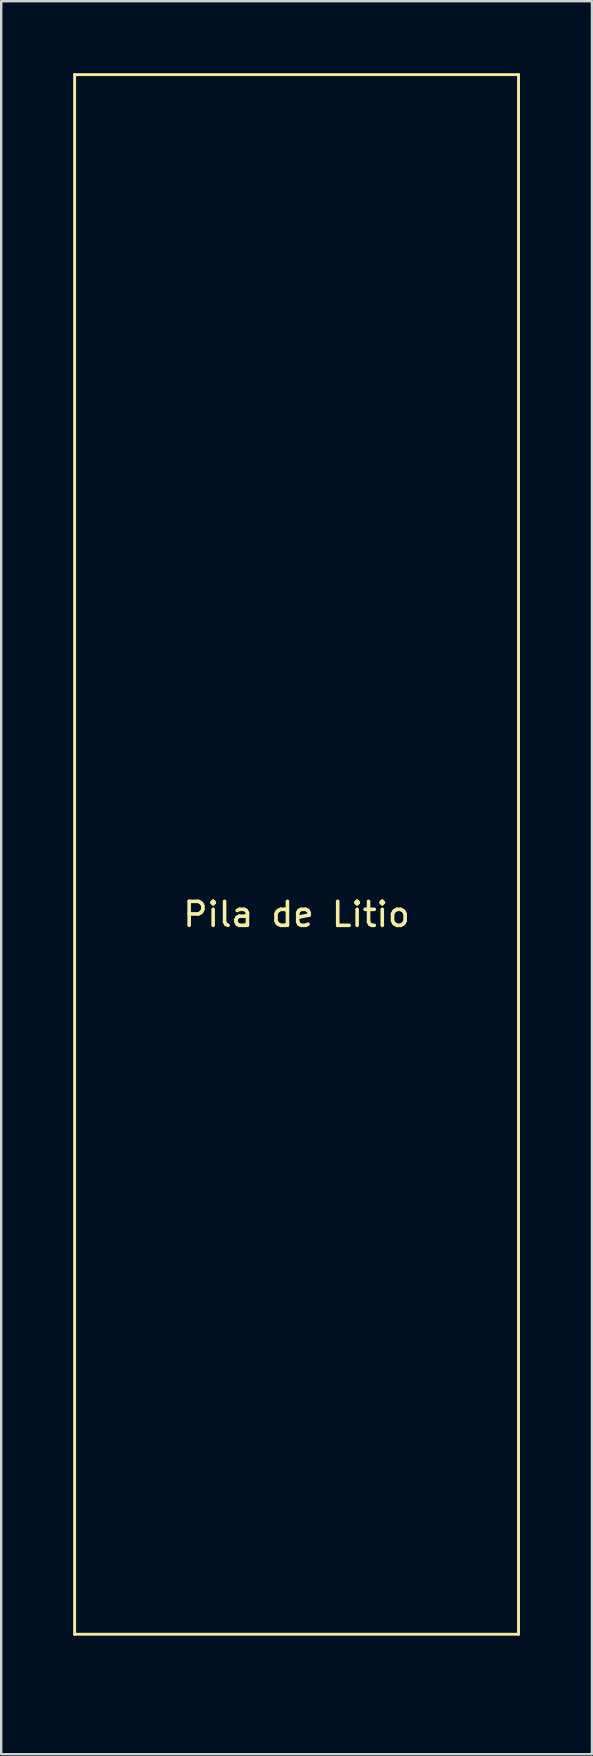
<source format=kicad_pcb>
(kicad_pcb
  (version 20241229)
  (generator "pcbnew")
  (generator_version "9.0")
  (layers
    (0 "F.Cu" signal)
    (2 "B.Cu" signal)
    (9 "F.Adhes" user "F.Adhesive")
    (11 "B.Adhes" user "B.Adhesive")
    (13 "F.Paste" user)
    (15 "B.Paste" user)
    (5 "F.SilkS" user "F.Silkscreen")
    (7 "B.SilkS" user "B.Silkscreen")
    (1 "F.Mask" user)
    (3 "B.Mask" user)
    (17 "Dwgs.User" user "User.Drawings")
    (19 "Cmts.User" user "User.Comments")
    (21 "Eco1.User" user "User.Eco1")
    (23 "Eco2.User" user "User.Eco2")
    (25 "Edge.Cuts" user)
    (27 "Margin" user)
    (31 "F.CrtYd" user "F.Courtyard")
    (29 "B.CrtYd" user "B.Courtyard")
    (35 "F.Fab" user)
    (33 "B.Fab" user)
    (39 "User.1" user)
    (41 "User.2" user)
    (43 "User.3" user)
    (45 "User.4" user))
  (footprint "Pila de Litio"
    (layer "F.Cu")
    (at 9.31 66.81)
    (property "Reference" "Pila de Litio" (at 0 -31.75 0) (layer "F.SilkS") (effects (font (size 1 1) (thickness 0.15))))
    (attr through_hole)
    (fp_line (start -9.25 -66.75) (end -9.25 -1.75) (stroke (width 0.12) (type solid)) (layer "F.SilkS"))
    (fp_line (start -9.25 -1.75) (end 9.25 -1.75) (stroke (width 0.12) (type solid)) (layer "F.SilkS"))
    (fp_line (start 9.25 -66.75) (end -9.25 -66.75) (stroke (width 0.12) (type solid)) (layer "F.SilkS"))
    (fp_line (start 9.25 -1.75) (end 9.25 -66.75) (stroke (width 0.12) (type solid)) (layer "F.SilkS")))
  (gr_rect
    (start -3 -3)
    (end 21.62 70.06)
    (stroke (width 0.1) (type default))
    (fill no)
    (layer "Edge.Cuts")))
</source>
